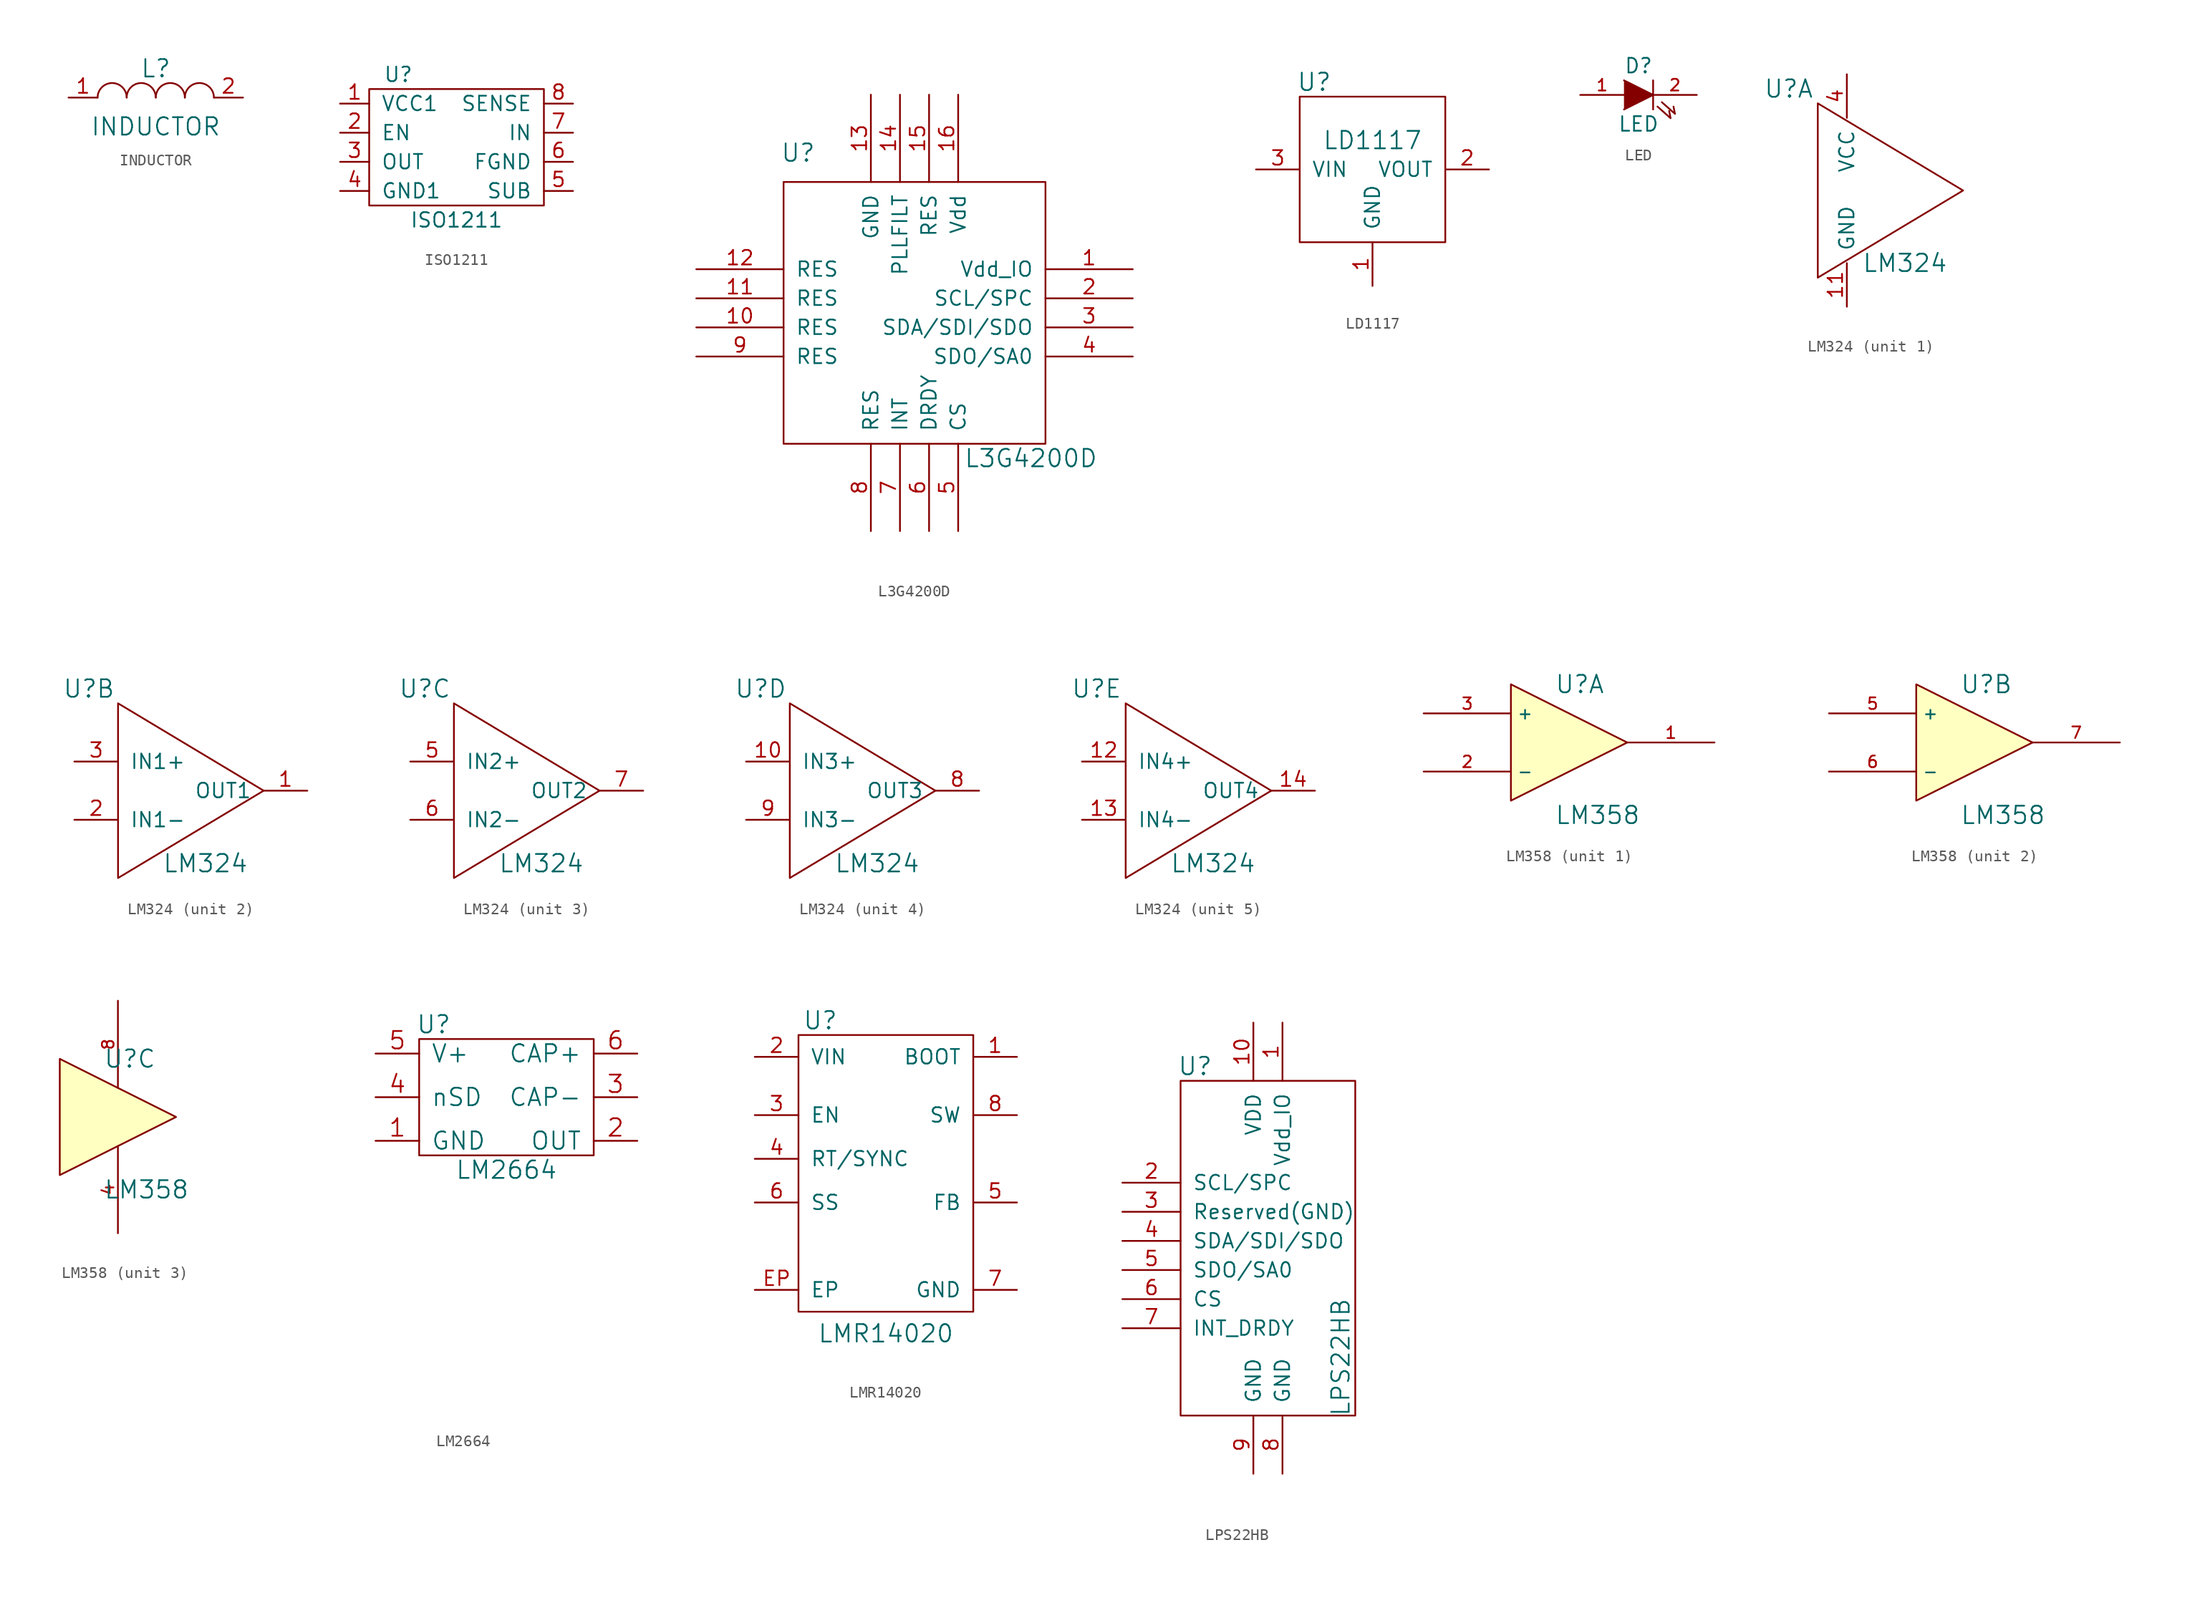
<source format=kicad_sym>
(kicad_symbol_lib
  (version 20211014)
  (generator kicad_symbol_editor)
  (symbol "INDUCTOR"
    (pin_names
      (offset 1.016))
    (property "Reference" "L"
      (at 0 2.54 0)
      (effects (font (size 1.524 1.524))))
    (property "Value" "INDUCTOR"
      (at 0 -2.54 0)
      (effects (font (size 1.524 1.524))))
    (symbol "INDUCTOR_0_1"
      (arc (start -2.54 0) (mid -3.81 1.27) (end -5.08 0) (stroke (width 0) (type default) (color 0 0 0 0)) (fill (type none)))
      (arc (start 0 0) (mid -1.27 1.27) (end -2.54 0) (stroke (width 0) (type default) (color 0 0 0 0)) (fill (type none)))
      (arc (start 2.54 0) (mid 1.27 1.27) (end 0 0) (stroke (width 0) (type default) (color 0 0 0 0)) (fill (type none)))
      (arc (start 5.08 0) (mid 3.81 1.27) (end 2.54 0) (stroke (width 0) (type default) (color 0 0 0 0)) (fill (type none))))
    (symbol "INDUCTOR_1_1"
      (pin input line (at -7.62 0 0) (length 2.54) (name "~" (effects (font (size 1.27 1.27)))) (number "1" (effects (font (size 1.27 1.27)))))
      (pin input line (at 7.62 0 180) (length 2.54) (name "~" (effects (font (size 1.27 1.27)))) (number "2" (effects (font (size 1.27 1.27)))))))
  (symbol "ISO1211"
    (pin_names
      (offset 1.016))
    (property "Reference" "U"
      (at -5.08 6.35 0)
      (effects (font (size 1.27 1.27))))
    (property "Value" "ISO1211"
      (at 0 -6.35 0)
      (effects (font (size 1.27 1.27))))
    (symbol "ISO1211_0_1"
      (rectangle (start -7.62 5.08) (end 7.62 -5.08) (stroke (width 0) (type default) (color 0 0 0 0)) (fill (type none))))
    (symbol "ISO1211_1_1"
      (pin passive line (at -10.16 3.81 0) (length 2.54) (name "VCC1" (effects (font (size 1.27 1.27)))) (number "1" (effects (font (size 1.27 1.27)))))
      (pin passive line (at -10.16 1.27 0) (length 2.54) (name "EN" (effects (font (size 1.27 1.27)))) (number "2" (effects (font (size 1.27 1.27)))))
      (pin passive line (at -10.16 -1.27 0) (length 2.54) (name "OUT" (effects (font (size 1.27 1.27)))) (number "3" (effects (font (size 1.27 1.27)))))
      (pin passive line (at -10.16 -3.81 0) (length 2.54) (name "GND1" (effects (font (size 1.27 1.27)))) (number "4" (effects (font (size 1.27 1.27)))))
      (pin passive line (at 10.16 -3.81 180) (length 2.54) (name "SUB" (effects (font (size 1.27 1.27)))) (number "5" (effects (font (size 1.27 1.27)))))
      (pin passive line (at 10.16 -1.27 180) (length 2.54) (name "FGND" (effects (font (size 1.27 1.27)))) (number "6" (effects (font (size 1.27 1.27)))))
      (pin passive line (at 10.16 1.27 180) (length 2.54) (name "IN" (effects (font (size 1.27 1.27)))) (number "7" (effects (font (size 1.27 1.27)))))
      (pin passive line (at 10.16 3.81 180) (length 2.54) (name "SENSE" (effects (font (size 1.27 1.27)))) (number "8" (effects (font (size 1.27 1.27)))))))
  (symbol "L3G4200D"
    (pin_names
      (offset 1.016))
    (property "Reference" "U"
      (at -10.16 13.97 0)
      (effects (font (size 1.524 1.524))))
    (property "Value" "L3G4200D"
      (at 10.16 -12.7 0)
      (effects (font (size 1.524 1.524))))
    (property "Footprint" ""
      (at 0 0 0)
      (effects (font (size 1.524 1.524))))
    (property "Datasheet" ""
      (at 0 0 0)
      (effects (font (size 1.524 1.524))))
    (symbol "L3G4200D_0_1"
      (rectangle (start -11.43 11.43) (end 11.43 -11.43) (stroke (width 0) (type default) (color 0 0 0 0)) (fill (type none))))
    (symbol "L3G4200D_1_1"
      (pin power_in line (at 19.05 3.81 180) (length 7.62) (name "Vdd_IO" (effects (font (size 1.27 1.27)))) (number "1" (effects (font (size 1.27 1.27)))))
      (pin passive line (at -19.05 -1.27 0) (length 7.62) (name "RES" (effects (font (size 1.27 1.27)))) (number "10" (effects (font (size 1.27 1.27)))))
      (pin passive line (at -19.05 1.27 0) (length 7.62) (name "RES" (effects (font (size 1.27 1.27)))) (number "11" (effects (font (size 1.27 1.27)))))
      (pin passive line (at -19.05 3.81 0) (length 7.62) (name "RES" (effects (font (size 1.27 1.27)))) (number "12" (effects (font (size 1.27 1.27)))))
      (pin passive line (at -3.81 19.05 270) (length 7.62) (name "GND" (effects (font (size 1.27 1.27)))) (number "13" (effects (font (size 1.27 1.27)))))
      (pin passive line (at -1.27 19.05 270) (length 7.62) (name "PLLFILT" (effects (font (size 1.27 1.27)))) (number "14" (effects (font (size 1.27 1.27)))))
      (pin passive line (at 1.27 19.05 270) (length 7.62) (name "RES" (effects (font (size 1.27 1.27)))) (number "15" (effects (font (size 1.27 1.27)))))
      (pin power_in line (at 3.81 19.05 270) (length 7.62) (name "Vdd" (effects (font (size 1.27 1.27)))) (number "16" (effects (font (size 1.27 1.27)))))
      (pin passive line (at 19.05 1.27 180) (length 7.62) (name "SCL/SPC" (effects (font (size 1.27 1.27)))) (number "2" (effects (font (size 1.27 1.27)))))
      (pin passive line (at 19.05 -1.27 180) (length 7.62) (name "SDA/SDI/SDO" (effects (font (size 1.27 1.27)))) (number "3" (effects (font (size 1.27 1.27)))))
      (pin passive line (at 19.05 -3.81 180) (length 7.62) (name "SDO/SA0" (effects (font (size 1.27 1.27)))) (number "4" (effects (font (size 1.27 1.27)))))
      (pin passive line (at 3.81 -19.05 90) (length 7.62) (name "CS" (effects (font (size 1.27 1.27)))) (number "5" (effects (font (size 1.27 1.27)))))
      (pin passive line (at 1.27 -19.05 90) (length 7.62) (name "DRDY" (effects (font (size 1.27 1.27)))) (number "6" (effects (font (size 1.27 1.27)))))
      (pin passive line (at -1.27 -19.05 90) (length 7.62) (name "INT" (effects (font (size 1.27 1.27)))) (number "7" (effects (font (size 1.27 1.27)))))
      (pin passive line (at -3.81 -19.05 90) (length 7.62) (name "RES" (effects (font (size 1.27 1.27)))) (number "8" (effects (font (size 1.27 1.27)))))
      (pin passive line (at -19.05 -3.81 0) (length 7.62) (name "RES" (effects (font (size 1.27 1.27)))) (number "9" (effects (font (size 1.27 1.27)))))))
  (symbol "LD1117"
    (pin_names
      (offset 1.016))
    (property "Reference" "U"
      (at -5.08 12.7 0)
      (effects (font (size 1.524 1.524))))
    (property "Value" "LD1117"
      (at 0 7.62 0)
      (effects (font (size 1.524 1.524))))
    (property "Footprint" ""
      (at 0 0 0)
      (effects (font (size 1.524 1.524))))
    (property "Datasheet" ""
      (at 0 0 0)
      (effects (font (size 1.524 1.524))))
    (symbol "LD1117_0_1"
      (rectangle (start -6.35 11.43) (end 6.35 -1.27) (stroke (width 0) (type default) (color 0 0 0 0)) (fill (type none))))
    (symbol "LD1117_1_1"
      (pin passive line (at 0 -5.08 90) (length 3.81) (name "GND" (effects (font (size 1.27 1.27)))) (number "1" (effects (font (size 1.27 1.27)))))
      (pin output line (at 10.16 5.08 180) (length 3.81) (name "VOUT" (effects (font (size 1.27 1.27)))) (number "2" (effects (font (size 1.27 1.27)))))
      (pin input line (at -10.16 5.08 0) (length 3.81) (name "VIN" (effects (font (size 1.27 1.27)))) (number "3" (effects (font (size 1.27 1.27)))))))
  (symbol "LED"
    (pin_names
      (offset 1.016) hide)
    (property "Reference" "D"
      (at 0 2.54 0)
      (effects (font (size 1.27 1.27))))
    (property "Value" "LED"
      (at 0 -2.54 0)
      (effects (font (size 1.27 1.27))))
    (property "Footprint" ""
      (at 0 0 0)
      (effects (font (size 1.27 1.27))))
    (property "Datasheet" ""
      (at 0 0 0)
      (effects (font (size 1.27 1.27))))
    (symbol "LED_0_1"
      (polyline (pts (xy 1.27 1.27) (xy 1.27 -1.27)) (stroke (width 0) (type default) (color 0 0 0 0)) (fill (type none)))
      (polyline (pts (xy -1.27 1.27) (xy 1.27 0) (xy -1.27 -1.27)) (stroke (width 0) (type default) (color 0 0 0 0)) (fill (type outline)))
      (polyline (pts (xy 1.651 -1.016) (xy 2.794 -2.032) (xy 2.667 -1.397)) (stroke (width 0) (type default) (color 0 0 0 0)) (fill (type none)))
      (polyline (pts (xy 2.032 -0.635) (xy 3.175 -1.651) (xy 3.048 -1.016)) (stroke (width 0) (type default) (color 0 0 0 0)) (fill (type none))))
    (symbol "LED_1_1"
      (pin passive line (at -5.08 0 0) (length 3.81) (name "A" (effects (font (size 1.016 1.016)))) (number "1" (effects (font (size 1.016 1.016)))))
      (pin passive line (at 5.08 0 180) (length 3.81) (name "K" (effects (font (size 1.016 1.016)))) (number "2" (effects (font (size 1.016 1.016)))))))
  (symbol "LM324"
    (pin_names
      (offset 1.016))
    (property "Reference" "U"
      (at -7.62 8.89 0)
      (effects (font (size 1.524 1.524))))
    (property "Value" "LM324"
      (at 2.54 -6.35 0)
      (effects (font (size 1.524 1.524))))
    (property "Footprint" ""
      (at 0 0 0)
      (effects (font (size 1.524 1.524))))
    (property "Datasheet" ""
      (at 0 0 0)
      (effects (font (size 1.524 1.524))))
    (symbol "LM324_0_1"
      (polyline (pts (xy -5.08 7.62) (xy -5.08 -7.62) (xy 7.62 0) (xy -5.08 7.62) (xy -5.08 7.62) (xy -5.08 7.62)) (stroke (width 0) (type default) (color 0 0 0 0)) (fill (type none))))
    (symbol "LM324_1_1"
      (pin passive line (at -2.54 -10.16 90) (length 3.81) (name "GND" (effects (font (size 1.27 1.27)))) (number "11" (effects (font (size 1.27 1.27)))))
      (pin passive line (at -2.54 10.16 270) (length 3.81) (name "VCC" (effects (font (size 1.27 1.27)))) (number "4" (effects (font (size 1.27 1.27))))))
    (symbol "LM324_2_1"
      (pin passive line (at 11.43 0 180) (length 3.81) (name "OUT1" (effects (font (size 1.27 1.27)))) (number "1" (effects (font (size 1.27 1.27)))))
      (pin passive line (at -8.89 -2.54 0) (length 3.81) (name "IN1-" (effects (font (size 1.27 1.27)))) (number "2" (effects (font (size 1.27 1.27)))))
      (pin passive line (at -8.89 2.54 0) (length 3.81) (name "IN1+" (effects (font (size 1.27 1.27)))) (number "3" (effects (font (size 1.27 1.27))))))
    (symbol "LM324_3_1"
      (pin passive line (at -8.89 2.54 0) (length 3.81) (name "IN2+" (effects (font (size 1.27 1.27)))) (number "5" (effects (font (size 1.27 1.27)))))
      (pin passive line (at -8.89 -2.54 0) (length 3.81) (name "IN2-" (effects (font (size 1.27 1.27)))) (number "6" (effects (font (size 1.27 1.27)))))
      (pin passive line (at 11.43 0 180) (length 3.81) (name "OUT2" (effects (font (size 1.27 1.27)))) (number "7" (effects (font (size 1.27 1.27))))))
    (symbol "LM324_4_1"
      (pin passive line (at -8.89 2.54 0) (length 3.81) (name "IN3+" (effects (font (size 1.27 1.27)))) (number "10" (effects (font (size 1.27 1.27)))))
      (pin passive line (at 11.43 0 180) (length 3.81) (name "OUT3" (effects (font (size 1.27 1.27)))) (number "8" (effects (font (size 1.27 1.27)))))
      (pin passive line (at -8.89 -2.54 0) (length 3.81) (name "IN3-" (effects (font (size 1.27 1.27)))) (number "9" (effects (font (size 1.27 1.27))))))
    (symbol "LM324_5_1"
      (pin passive line (at -8.89 2.54 0) (length 3.81) (name "IN4+" (effects (font (size 1.27 1.27)))) (number "12" (effects (font (size 1.27 1.27)))))
      (pin passive line (at -8.89 -2.54 0) (length 3.81) (name "IN4-" (effects (font (size 1.27 1.27)))) (number "13" (effects (font (size 1.27 1.27)))))
      (pin passive line (at 11.43 0 180) (length 3.81) (name "OUT4" (effects (font (size 1.27 1.27)))) (number "14" (effects (font (size 1.27 1.27)))))))
  (symbol "LM358"
    (property "Reference" "U"
      (at -1.27 5.08 0)
      (effects (font (size 1.524 1.524)) (justify left)))
    (property "Value" "LM358"
      (at -1.27 -6.35 0)
      (effects (font (size 1.524 1.524)) (justify left)))
    (property "Footprint" ""
      (at 0 0 0)
      (effects (font (size 1.524 1.524))))
    (property "Datasheet" ""
      (at 0 0 0)
      (effects (font (size 1.524 1.524))))
    (property "ki_locked" ""
      (at 0 0 0)
      (effects (font (size 1.27 1.27))))
    (symbol "LM358_0_1"
      (polyline (pts (xy -5.08 5.08) (xy 5.08 0) (xy -5.08 -5.08) (xy -5.08 5.08)) (stroke (width 0.152) (type default) (color 0 0 0 0)) (fill (type background))))
    (symbol "LM358_1_1"
      (pin output line (at 12.7 0 180) (length 7.62) (name "~" (effects (font (size 1.016 1.016)))) (number "1" (effects (font (size 1.016 1.016)))))
      (pin input line (at -12.7 -2.54 0) (length 7.62) (name "-" (effects (font (size 1.016 1.016)))) (number "2" (effects (font (size 1.016 1.016)))))
      (pin input line (at -12.7 2.54 0) (length 7.62) (name "+" (effects (font (size 1.016 1.016)))) (number "3" (effects (font (size 1.016 1.016))))))
    (symbol "LM358_2_1"
      (pin input line (at -12.7 2.54 0) (length 7.62) (name "+" (effects (font (size 1.016 1.016)))) (number "5" (effects (font (size 1.016 1.016)))))
      (pin input line (at -12.7 -2.54 0) (length 7.62) (name "-" (effects (font (size 1.016 1.016)))) (number "6" (effects (font (size 1.016 1.016)))))
      (pin output line (at 12.7 0 180) (length 7.62) (name "~" (effects (font (size 1.016 1.016)))) (number "7" (effects (font (size 1.016 1.016))))))
    (symbol "LM358_3_1"
      (pin input line (at 0 -10.16 90) (length 7.62) (name "~" (effects (font (size 1.016 1.016)))) (number "4" (effects (font (size 1.016 1.016)))))
      (pin output line (at 0 10.16 270) (length 7.62) (name "~" (effects (font (size 1.016 1.016)))) (number "8" (effects (font (size 1.016 1.016)))))))
  (symbol "LM2664"
    (pin_names
      (offset 1.016))
    (property "Reference" "U"
      (at -6.35 6.35 0)
      (effects (font (size 1.524 1.524))))
    (property "Value" "LM2664"
      (at 0 -6.35 0)
      (effects (font (size 1.524 1.524))))
    (property "Footprint" ""
      (at -19.05 -25.4 0)
      (effects (font (size 1.524 1.524))))
    (property "Datasheet" ""
      (at -19.05 -25.4 0)
      (effects (font (size 1.524 1.524))))
    (symbol "LM2664_0_1"
      (rectangle (start -7.62 5.08) (end 7.62 -5.08) (stroke (width 0) (type default) (color 0 0 0 0)) (fill (type none))))
    (symbol "LM2664_1_1"
      (pin input line (at -11.43 -3.81 0) (length 3.81) (name "GND" (effects (font (size 1.524 1.524)))) (number "1" (effects (font (size 1.524 1.524)))))
      (pin input line (at 11.43 -3.81 180) (length 3.81) (name "OUT" (effects (font (size 1.524 1.524)))) (number "2" (effects (font (size 1.524 1.524)))))
      (pin input line (at 11.43 0 180) (length 3.81) (name "CAP-" (effects (font (size 1.524 1.524)))) (number "3" (effects (font (size 1.524 1.524)))))
      (pin input line (at -11.43 0 0) (length 3.81) (name "nSD" (effects (font (size 1.524 1.524)))) (number "4" (effects (font (size 1.524 1.524)))))
      (pin input line (at -11.43 3.81 0) (length 3.81) (name "V+" (effects (font (size 1.524 1.524)))) (number "5" (effects (font (size 1.524 1.524)))))
      (pin input line (at 11.43 3.81 180) (length 3.81) (name "CAP+" (effects (font (size 1.524 1.524)))) (number "6" (effects (font (size 1.524 1.524)))))))
  (symbol "LMR14020"
    (pin_names
      (offset 1.016))
    (property "Reference" "U"
      (at -5.715 13.335 0)
      (effects (font (size 1.524 1.524))))
    (property "Value" "LMR14020"
      (at 0 -13.97 0)
      (effects (font (size 1.524 1.524))))
    (symbol "LMR14020_0_1"
      (rectangle (start 7.62 12.065) (end -7.62 -12.065) (stroke (width 0) (type default) (color 0 0 0 0)) (fill (type none))))
    (symbol "LMR14020_1_1"
      (pin passive line (at 11.43 10.16 180) (length 3.81) (name "BOOT" (effects (font (size 1.27 1.27)))) (number "1" (effects (font (size 1.27 1.27)))))
      (pin passive line (at -11.43 10.16 0) (length 3.81) (name "VIN" (effects (font (size 1.27 1.27)))) (number "2" (effects (font (size 1.27 1.27)))))
      (pin passive line (at -11.43 5.08 0) (length 3.81) (name "EN" (effects (font (size 1.27 1.27)))) (number "3" (effects (font (size 1.27 1.27)))))
      (pin passive line (at -11.43 1.27 0) (length 3.81) (name "RT/SYNC" (effects (font (size 1.27 1.27)))) (number "4" (effects (font (size 1.27 1.27)))))
      (pin passive line (at 11.43 -2.54 180) (length 3.81) (name "FB" (effects (font (size 1.27 1.27)))) (number "5" (effects (font (size 1.27 1.27)))))
      (pin passive line (at -11.43 -2.54 0) (length 3.81) (name "SS" (effects (font (size 1.27 1.27)))) (number "6" (effects (font (size 1.27 1.27)))))
      (pin passive line (at 11.43 -10.16 180) (length 3.81) (name "GND" (effects (font (size 1.27 1.27)))) (number "7" (effects (font (size 1.27 1.27)))))
      (pin passive line (at 11.43 5.08 180) (length 3.81) (name "SW" (effects (font (size 1.27 1.27)))) (number "8" (effects (font (size 1.27 1.27)))))
      (pin passive line (at -11.43 -10.16 0) (length 3.81) (name "EP" (effects (font (size 1.27 1.27)))) (number "EP" (effects (font (size 1.27 1.27)))))))
  (symbol "LPS22HB"
    (pin_names
      (offset 1.016))
    (property "Reference" "U"
      (at -6.35 16.51 0)
      (effects (font (size 1.524 1.524))))
    (property "Value" "LPS22HB"
      (at 6.35 -8.89 90)
      (effects (font (size 1.524 1.524))))
    (property "Footprint" ""
      (at -1.27 7.62 0)
      (effects (font (size 1.524 1.524))))
    (property "Datasheet" ""
      (at -1.27 7.62 0)
      (effects (font (size 1.524 1.524))))
    (symbol "LPS22HB_0_1"
      (rectangle (start -7.62 15.24) (end 7.62 -13.97) (stroke (width 0) (type default) (color 0 0 0 0)) (fill (type none))))
    (symbol "LPS22HB_1_1"
      (pin passive line (at 1.27 20.32 270) (length 5.08) (name "Vdd_IO" (effects (font (size 1.27 1.27)))) (number "1" (effects (font (size 1.27 1.27)))))
      (pin passive line (at -1.27 20.32 270) (length 5.08) (name "VDD" (effects (font (size 1.27 1.27)))) (number "10" (effects (font (size 1.27 1.27)))))
      (pin passive line (at -12.7 6.35 0) (length 5.08) (name "SCL/SPC" (effects (font (size 1.27 1.27)))) (number "2" (effects (font (size 1.27 1.27)))))
      (pin passive line (at -12.7 3.81 0) (length 5.08) (name "Reserved(GND)" (effects (font (size 1.27 1.27)))) (number "3" (effects (font (size 1.27 1.27)))))
      (pin passive line (at -12.7 1.27 0) (length 5.08) (name "SDA/SDI/SDO" (effects (font (size 1.27 1.27)))) (number "4" (effects (font (size 1.27 1.27)))))
      (pin passive line (at -12.7 -1.27 0) (length 5.08) (name "SDO/SA0" (effects (font (size 1.27 1.27)))) (number "5" (effects (font (size 1.27 1.27)))))
      (pin passive line (at -12.7 -3.81 0) (length 5.08) (name "CS" (effects (font (size 1.27 1.27)))) (number "6" (effects (font (size 1.27 1.27)))))
      (pin passive line (at -12.7 -6.35 0) (length 5.08) (name "INT_DRDY" (effects (font (size 1.27 1.27)))) (number "7" (effects (font (size 1.27 1.27)))))
      (pin passive line (at 1.27 -19.05 90) (length 5.08) (name "GND" (effects (font (size 1.27 1.27)))) (number "8" (effects (font (size 1.27 1.27)))))
      (pin passive line (at -1.27 -19.05 90) (length 5.08) (name "GND" (effects (font (size 1.27 1.27)))) (number "9" (effects (font (size 1.27 1.27))))))))
</source>
